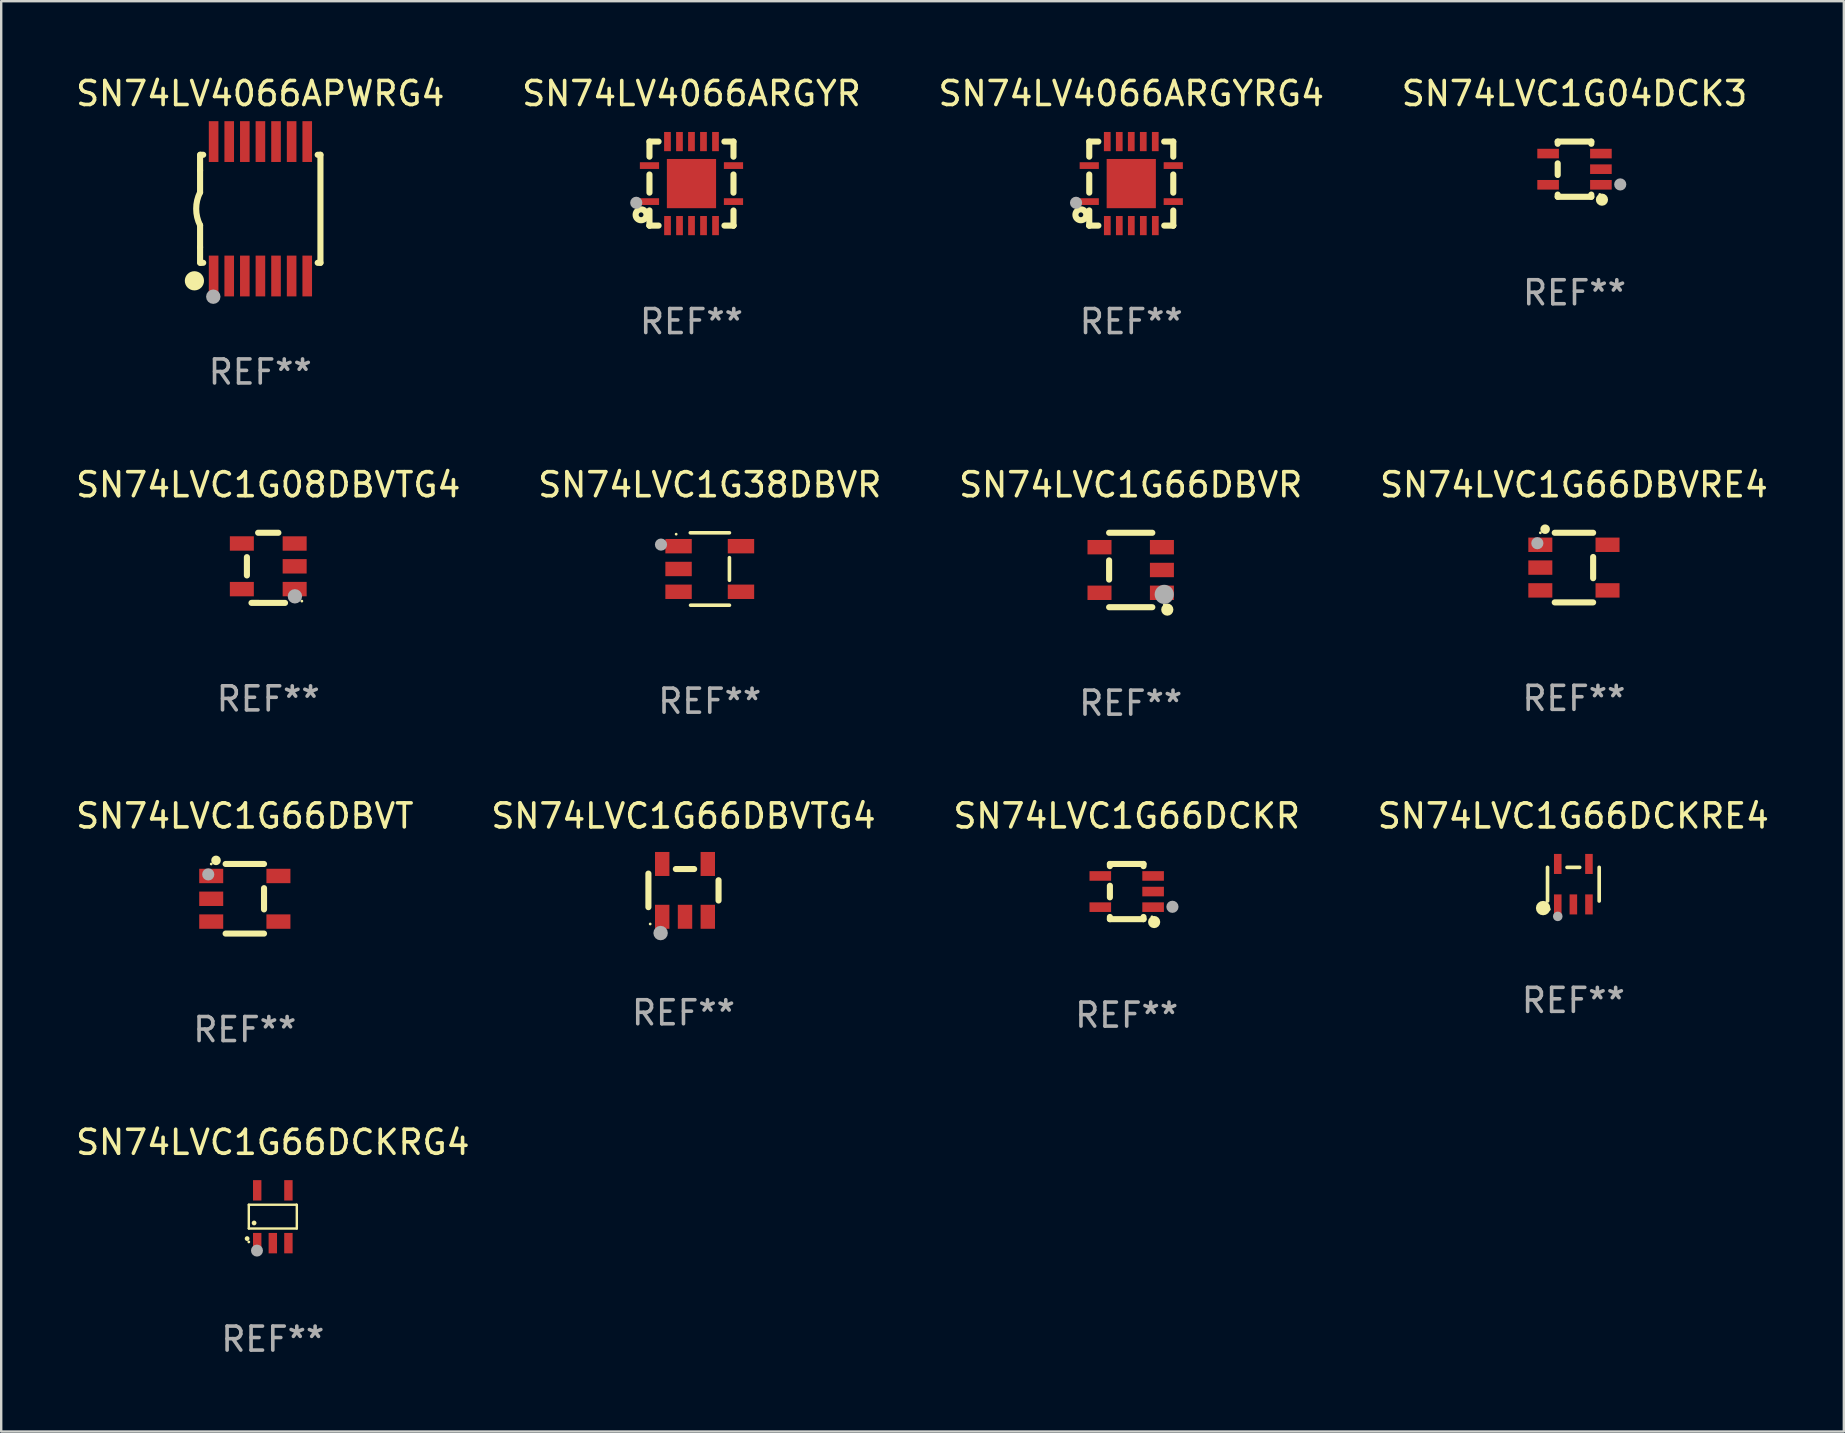
<source format=kicad_pcb>
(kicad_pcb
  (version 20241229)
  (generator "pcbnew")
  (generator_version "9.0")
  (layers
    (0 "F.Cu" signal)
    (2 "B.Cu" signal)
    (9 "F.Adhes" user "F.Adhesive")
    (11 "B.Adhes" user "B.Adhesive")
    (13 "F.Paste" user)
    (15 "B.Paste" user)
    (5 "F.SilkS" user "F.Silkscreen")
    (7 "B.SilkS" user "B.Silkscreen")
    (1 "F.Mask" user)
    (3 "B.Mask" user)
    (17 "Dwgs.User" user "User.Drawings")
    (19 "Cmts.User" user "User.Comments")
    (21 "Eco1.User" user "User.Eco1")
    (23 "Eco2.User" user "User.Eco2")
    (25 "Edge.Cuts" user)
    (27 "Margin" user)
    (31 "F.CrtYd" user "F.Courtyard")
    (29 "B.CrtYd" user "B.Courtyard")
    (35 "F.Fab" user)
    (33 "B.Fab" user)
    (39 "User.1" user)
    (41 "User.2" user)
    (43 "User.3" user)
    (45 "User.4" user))
  (footprint "SN74LVC1G66DCKRE4"
    (layer "F.Cu")
    (at 62.494 33.784)
    (property "Reference" "SN74LVC1G66DCKRE4" (at 0 -2.843 0) (layer "F.SilkS") (effects (font (size 1 1) (thickness 0.15))))
    (attr through_hole)
    (fp_line (start -1.076 0.701) (end -1.076 -0.701) (stroke (width 0.152) (type solid)) (layer "F.SilkS"))
    (fp_line (start 0.264 -0.701) (end -0.264 -0.701) (stroke (width 0.152) (type solid)) (layer "F.SilkS"))
    (fp_line (start 1.076 0.701) (end 1.076 -0.701) (stroke (width 0.152) (type solid)) (layer "F.SilkS"))
    (fp_circle (center -1.26 0.995) (end -1.11 0.995) (stroke (width 0.3) (type solid)) (fill no) (layer "F.SilkS"))
    (fp_circle (center -1 1.05) (end -0.97 1.05) (stroke (width 0.06) (type solid)) (fill no) (layer "F.SilkS"))
    (fp_circle (center -0.65 1.341) (end -0.55 1.341) (stroke (width 0.2) (type solid)) (fill no) (layer "F.Fab"))
    (fp_text user "REF**" (at 0 4.843 0) (layer "F.Fab") (effects (font (size 1 1) (thickness 0.15))))
    (pad "1" smd rect (at -0.65 0.843) (size 0.315 0.835) (layers "F.Cu" "F.Mask" "F.Paste"))
    (pad "2" smd rect (at 0.00014 0.843) (size 0.315 0.835) (layers "F.Cu" "F.Mask" "F.Paste"))
    (pad "3" smd rect (at 0.65 0.843) (size 0.315 0.835) (layers "F.Cu" "F.Mask" "F.Paste"))
    (pad "4" smd rect (at 0.65 -0.843) (size 0.315 0.835) (layers "F.Cu" "F.Mask" "F.Paste"))
    (pad "5" smd rect (at -0.65 -0.843) (size 0.315 0.835) (layers "F.Cu" "F.Mask" "F.Paste")))
  (footprint "SN74LVC1G38DBVR"
    (layer "F.Cu")
    (at 26.518 20.654)
    (property "Reference" "SN74LVC1G38DBVR" (at 0 -3.509 0) (layer "F.SilkS") (effects (font (size 1 1) (thickness 0.15))))
    (attr through_hole)
    (fp_line (start -0.811 -1.509) (end 0.819 -1.509) (stroke (width 0.15) (type solid)) (layer "F.SilkS"))
    (fp_line (start -0.8 1.509) (end 0.82 1.509) (stroke (width 0.15) (type solid)) (layer "F.SilkS"))
    (fp_line (start 0.819 -0.472) (end 0.819 0.47) (stroke (width 0.15) (type solid)) (layer "F.SilkS"))
    (fp_circle (center -1.4 -1.451) (end -1.37 -1.451) (stroke (width 0.06) (type solid)) (fill no) (layer "F.SilkS"))
    (fp_circle (center -2.032 -1.017) (end -1.905 -1.017) (stroke (width 0.254) (type solid)) (fill no) (layer "F.Fab"))
    (fp_text user "REF**" (at 0 5.509 0) (layer "F.Fab") (effects (font (size 1 1) (thickness 0.15))))
    (pad "1" smd rect (at -1.3 -0.951) (size 1.1 0.6) (layers "F.Cu" "F.Mask" "F.Paste"))
    (pad "2" smd rect (at -1.3 -0.001) (size 1.1 0.6) (layers "F.Cu" "F.Mask" "F.Paste"))
    (pad "3" smd rect (at -1.3 0.949) (size 1.1 0.6) (layers "F.Cu" "F.Mask" "F.Paste"))
    (pad "4" smd rect (at 1.3 0.949) (size 1.1 0.6) (layers "F.Cu" "F.Mask" "F.Paste"))
    (pad "5" smd rect (at 1.3 -0.951) (size 1.1 0.6) (layers "F.Cu" "F.Mask" "F.Paste")))
  (footprint "SN74LVC1G66DCKR"
    (layer "F.Cu")
    (at 43.887 34.091)
    (property "Reference" "SN74LVC1G66DCKR" (at 0 -3.15 0) (layer "F.SilkS") (effects (font (size 1 1) (thickness 0.15))))
    (attr through_hole)
    (fp_line (start -0.7 -1.15) (end 0.7 -1.15) (stroke (width 0.254) (type solid)) (layer "F.SilkS"))
    (fp_line (start -0.7 -1.058) (end -0.7 -1.15) (stroke (width 0.254) (type solid)) (layer "F.SilkS"))
    (fp_line (start -0.7 0.242) (end -0.7 -0.242) (stroke (width 0.254) (type solid)) (layer "F.SilkS"))
    (fp_line (start -0.7 1.15) (end -0.7 1.058) (stroke (width 0.254) (type solid)) (layer "F.SilkS"))
    (fp_line (start -0.7 1.15) (end 0.7 1.15) (stroke (width 0.254) (type solid)) (layer "F.SilkS"))
    (fp_line (start 0.7 -1.058) (end 0.7 -1.15) (stroke (width 0.254) (type solid)) (layer "F.SilkS"))
    (fp_line (start 0.7 1.15) (end 0.7 1.058) (stroke (width 0.254) (type solid)) (layer "F.SilkS"))
    (fp_circle (center 1.053 1.052) (end 1.083 1.052) (stroke (width 0.06) (type solid)) (fill no) (layer "F.SilkS"))
    (fp_circle (center 1.143 1.27) (end 1.27 1.27) (stroke (width 0.254) (type solid)) (fill no) (layer "F.SilkS"))
    (fp_circle (center 1.905 0.635) (end 2.032 0.635) (stroke (width 0.254) (type solid)) (fill no) (layer "F.Fab"))
    (fp_text user "REF**" (at 0 5.15 0) (layer "F.Fab") (effects (font (size 1 1) (thickness 0.15))))
    (pad "1" smd rect (at 1.1 0.65 90) (size 0.4 0.9) (layers "F.Cu" "F.Mask" "F.Paste"))
    (pad "2" smd rect (at 1.1 0.000076 90) (size 0.4 0.9) (layers "F.Cu" "F.Mask" "F.Paste"))
    (pad "3" smd rect (at 1.1 -0.65 90) (size 0.4 0.9) (layers "F.Cu" "F.Mask" "F.Paste"))
    (pad "4" smd rect (at -1.1 -0.65 90) (size 0.4 0.9) (layers "F.Cu" "F.Mask" "F.Paste"))
    (pad "5" smd rect (at -1.1 0.65 90) (size 0.4 0.9) (layers "F.Cu" "F.Mask" "F.Paste")))
  (footprint "SN74LVC1G66DCKRG4"
    (layer "F.Cu")
    (at 8.315 47.638)
    (property "Reference" "SN74LVC1G66DCKRG4" (at 0 -3.1 0) (layer "F.SilkS") (effects (font (size 1 1) (thickness 0.15))))
    (attr through_hole)
    (fp_line (start -1 -0.5) (end -1 0.49) (stroke (width 0.1) (type solid)) (layer "F.SilkS"))
    (fp_line (start -1 0.49) (end 1 0.49) (stroke (width 0.1) (type solid)) (layer "F.SilkS"))
    (fp_line (start 0.99 -0.5) (end -1 -0.5) (stroke (width 0.1) (type solid)) (layer "F.SilkS"))
    (fp_line (start 1 -0.49) (end 0.99 -0.5) (stroke (width 0.1) (type solid)) (layer "F.SilkS"))
    (fp_line (start 1 0.49) (end 1 -0.49) (stroke (width 0.1) (type solid)) (layer "F.SilkS"))
    (fp_circle (center -1.07 0.91) (end -1.02 0.91) (stroke (width 0.1) (type solid)) (fill no) (layer "F.SilkS"))
    (fp_circle (center -1 1.05) (end -0.97 1.05) (stroke (width 0.06) (type solid)) (fill no) (layer "F.SilkS"))
    (fp_circle (center -0.78 0.26) (end -0.73 0.26) (stroke (width 0.1) (type solid)) (fill no) (layer "F.SilkS"))
    (fp_circle (center -0.66 1.41) (end -0.535 1.41) (stroke (width 0.25) (type solid)) (fill no) (layer "F.Fab"))
    (fp_text user "REF**" (at 0 5.1 0) (layer "F.Fab") (effects (font (size 1 1) (thickness 0.15))))
    (pad "1" smd rect (at -0.65 1.1) (size 0.35 0.85) (layers "F.Cu" "F.Mask" "F.Paste"))
    (pad "2" smd rect (at 0.000051 1.1) (size 0.35 0.85) (layers "F.Cu" "F.Mask" "F.Paste"))
    (pad "3" smd rect (at 0.65 1.1) (size 0.35 0.85) (layers "F.Cu" "F.Mask" "F.Paste"))
    (pad "4" smd rect (at 0.65 -1.1) (size 0.35 0.85) (layers "F.Cu" "F.Mask" "F.Paste"))
    (pad "5" smd rect (at -0.65 -1.1) (size 0.35 0.85) (layers "F.Cu" "F.Mask" "F.Paste")))
  (footprint "SN74LVC1G66DBVT"
    (layer "F.Cu")
    (at 7.149 34.392)
    (property "Reference" "SN74LVC1G66DBVT" (at 0 -3.45 0) (layer "F.SilkS") (effects (font (size 1 1) (thickness 0.15))))
    (attr through_hole)
    (fp_line (start 0.8 -1.45) (end -0.8 -1.45) (stroke (width 0.254) (type solid)) (layer "F.SilkS"))
    (fp_line (start 0.8 -0.442) (end 0.8 0.442) (stroke (width 0.254) (type solid)) (layer "F.SilkS"))
    (fp_line (start 0.8 1.45) (end -0.8 1.45) (stroke (width 0.254) (type solid)) (layer "F.SilkS"))
    (fp_circle (center -1.4 -1.45) (end -1.37 -1.45) (stroke (width 0.06) (type solid)) (fill no) (layer "F.SilkS"))
    (fp_circle (center -1.2 -1.6) (end -1.1 -1.6) (stroke (width 0.2) (type solid)) (fill no) (layer "F.SilkS"))
    (fp_circle (center -1.524 -1.016) (end -1.397 -1.016) (stroke (width 0.254) (type solid)) (fill no) (layer "F.Fab"))
    (fp_text user "REF**" (at 0 5.45 0) (layer "F.Fab") (effects (font (size 1 1) (thickness 0.15))))
    (pad "1" smd rect (at -1.4 -0.95 180) (size 1 0.6) (layers "F.Cu" "F.Mask" "F.Paste"))
    (pad "2" smd rect (at -1.4 0.000114 180) (size 1 0.6) (layers "F.Cu" "F.Mask" "F.Paste"))
    (pad "3" smd rect (at -1.4 0.95 180) (size 1 0.6) (layers "F.Cu" "F.Mask" "F.Paste"))
    (pad "4" smd rect (at 1.4 0.95) (size 1 0.6) (layers "F.Cu" "F.Mask" "F.Paste"))
    (pad "5" smd rect (at 1.4 -0.95) (size 1 0.6) (layers "F.Cu" "F.Mask" "F.Paste")))
  (footprint "SN74LVC1G66DBVR"
    (layer "F.Cu")
    (at 44.054 20.695)
    (property "Reference" "SN74LVC1G66DBVR" (at 0 -3.55 0) (layer "F.SilkS") (effects (font (size 1 1) (thickness 0.15))))
    (attr through_hole)
    (fp_line (start -0.9 -1.55) (end 0.9 -1.55) (stroke (width 0.254) (type solid)) (layer "F.SilkS"))
    (fp_line (start -0.9 0.4) (end -0.9 -0.4) (stroke (width 0.254) (type solid)) (layer "F.SilkS"))
    (fp_line (start -0.9 1.55) (end 0.9 1.55) (stroke (width 0.254) (type solid)) (layer "F.SilkS"))
    (fp_circle (center 1.4 1.45) (end 1.43 1.45) (stroke (width 0.06) (type solid)) (fill no) (layer "F.SilkS"))
    (fp_circle (center 1.524 1.651) (end 1.651 1.651) (stroke (width 0.254) (type solid)) (fill no) (layer "F.SilkS"))
    (fp_circle (center 1.397 1.016) (end 1.597 1.016) (stroke (width 0.4) (type solid)) (fill no) (layer "F.Fab"))
    (fp_text user "REF**" (at 0 5.55 0) (layer "F.Fab") (effects (font (size 1 1) (thickness 0.15))))
    (pad "1" smd rect (at 1.3 0.95) (size 1 0.6) (layers "F.Cu" "F.Mask" "F.Paste"))
    (pad "2" smd rect (at 1.3 -0.000051) (size 1 0.6) (layers "F.Cu" "F.Mask" "F.Paste"))
    (pad "3" smd rect (at 1.3 -0.95) (size 1 0.6) (layers "F.Cu" "F.Mask" "F.Paste"))
    (pad "4" smd rect (at -1.3 -0.95) (size 1 0.6) (layers "F.Cu" "F.Mask" "F.Paste"))
    (pad "5" smd rect (at -1.3 0.95) (size 1 0.6) (layers "F.Cu" "F.Mask" "F.Paste")))
  (footprint "SN74LV4066ARGYRG4"
    (layer "F.Cu")
    (at 44.077 4.598)
    (property "Reference" "SN74LV4066ARGYRG4" (at 0 -3.75 0) (layer "F.SilkS") (effects (font (size 1 1) (thickness 0.15))))
    (attr through_hole)
    (fp_line (start -1.75 1.75) (end -1.37 1.75) (stroke (width 0.254) (type solid)) (layer "F.SilkS"))
    (fp_line (start -1.75 -1.75) (end -1.75 -1.121) (stroke (width 0.254) (type solid)) (layer "F.SilkS"))
    (fp_line (start -1.75 -0.379) (end -1.75 0.377) (stroke (width 0.254) (type solid)) (layer "F.SilkS"))
    (fp_line (start -1.75 1.119) (end -1.75 1.75) (stroke (width 0.254) (type solid)) (layer "F.SilkS"))
    (fp_line (start -1.75 1.75) (end -1.75 1.75) (stroke (width 0.254) (type solid)) (layer "F.SilkS"))
    (fp_line (start -1.371 -1.75) (end -1.75 -1.75) (stroke (width 0.254) (type solid)) (layer "F.SilkS"))
    (fp_line (start 1.373 1.75) (end 1.75 1.75) (stroke (width 0.254) (type solid)) (layer "F.SilkS"))
    (fp_line (start 1.75 1.75) (end 1.75 1.75) (stroke (width 0.254) (type solid)) (layer "F.SilkS"))
    (fp_line (start 1.75 -1.75) (end 1.371 -1.75) (stroke (width 0.254) (type solid)) (layer "F.SilkS"))
    (fp_line (start 1.75 -1.121) (end 1.75 -1.75) (stroke (width 0.254) (type solid)) (layer "F.SilkS"))
    (fp_line (start 1.75 0.379) (end 1.75 -0.379) (stroke (width 0.254) (type solid)) (layer "F.SilkS"))
    (fp_line (start 1.75 1.75) (end 1.75 1.121) (stroke (width 0.254) (type solid)) (layer "F.SilkS"))
    (fp_circle (center -2.1 1.3) (end -2 1.3) (stroke (width 0.254) (type solid)) (fill no) (layer "F.SilkS"))
    (fp_circle (center -1.747 1.751) (end -1.717 1.751) (stroke (width 0.06) (type solid)) (fill no) (layer "F.SilkS"))
    (fp_circle (center -2.3 0.8) (end -2.173 0.8) (stroke (width 0.254) (type solid)) (fill no) (layer "F.Fab"))
    (fp_text user "REF**" (at 0 5.75 0) (layer "F.Fab") (effects (font (size 1 1) (thickness 0.15))))
    (pad "1" smd rect (at -1.75 0.75 270) (size 0.28 0.8) (layers "F.Cu" "F.Mask" "F.Paste"))
    (pad "2" smd rect (at -0.998 1.75 180) (size 0.28 0.8) (layers "F.Cu" "F.Mask" "F.Paste"))
    (pad "3" smd rect (at -0.498 1.75 180) (size 0.28 0.8) (layers "F.Cu" "F.Mask" "F.Paste"))
    (pad "4" smd rect (at 0.002 1.75 180) (size 0.28 0.8) (layers "F.Cu" "F.Mask" "F.Paste"))
    (pad "5" smd rect (at 0.502 1.75 180) (size 0.28 0.8) (layers "F.Cu" "F.Mask" "F.Paste"))
    (pad "6" smd rect (at 1.002 1.75 180) (size 0.28 0.8) (layers "F.Cu" "F.Mask" "F.Paste"))
    (pad "7" smd rect (at 1.75 0.75 270) (size 0.28 0.8) (layers "F.Cu" "F.Mask" "F.Paste"))
    (pad "8" smd rect (at 1.75 -0.75 270) (size 0.28 0.8) (layers "F.Cu" "F.Mask" "F.Paste"))
    (pad "9" smd rect (at 1 -1.75) (size 0.28 0.8) (layers "F.Cu" "F.Mask" "F.Paste"))
    (pad "10" smd rect (at 0.5 -1.75) (size 0.28 0.8) (layers "F.Cu" "F.Mask" "F.Paste"))
    (pad "11" smd rect (at 0 -1.75) (size 0.28 0.8) (layers "F.Cu" "F.Mask" "F.Paste"))
    (pad "12" smd rect (at -0.5 -1.75) (size 0.28 0.8) (layers "F.Cu" "F.Mask" "F.Paste"))
    (pad "13" smd rect (at -1 -1.75) (size 0.28 0.8) (layers "F.Cu" "F.Mask" "F.Paste"))
    (pad "14" smd rect (at -1.75 -0.75 90) (size 0.28 0.8) (layers "F.Cu" "F.Mask" "F.Paste"))
    (pad "15" smd rect (at 0 0 180) (size 2.05 2.05) (layers "F.Cu" "F.Mask" "F.Paste")))
  (footprint "SN74LVC1G66DBVRE4"
    (layer "F.Cu")
    (at 62.518 20.595)
    (property "Reference" "SN74LVC1G66DBVRE4" (at 0 -3.45 0) (layer "F.SilkS") (effects (font (size 1 1) (thickness 0.15))))
    (attr through_hole)
    (fp_line (start 0.8 -1.45) (end -0.8 -1.45) (stroke (width 0.254) (type solid)) (layer "F.SilkS"))
    (fp_line (start 0.8 -0.442) (end 0.8 0.442) (stroke (width 0.254) (type solid)) (layer "F.SilkS"))
    (fp_line (start 0.8 1.45) (end -0.8 1.45) (stroke (width 0.254) (type solid)) (layer "F.SilkS"))
    (fp_circle (center -1.4 -1.45) (end -1.37 -1.45) (stroke (width 0.06) (type solid)) (fill no) (layer "F.SilkS"))
    (fp_circle (center -1.2 -1.6) (end -1.1 -1.6) (stroke (width 0.2) (type solid)) (fill no) (layer "F.SilkS"))
    (fp_circle (center -1.524 -1.016) (end -1.397 -1.016) (stroke (width 0.254) (type solid)) (fill no) (layer "F.Fab"))
    (fp_text user "REF**" (at 0 5.45 0) (layer "F.Fab") (effects (font (size 1 1) (thickness 0.15))))
    (pad "1" smd rect (at -1.4 -0.95 180) (size 1 0.6) (layers "F.Cu" "F.Mask" "F.Paste"))
    (pad "2" smd rect (at -1.4 0.000114 180) (size 1 0.6) (layers "F.Cu" "F.Mask" "F.Paste"))
    (pad "3" smd rect (at -1.4 0.95 180) (size 1 0.6) (layers "F.Cu" "F.Mask" "F.Paste"))
    (pad "4" smd rect (at 1.4 0.95) (size 1 0.6) (layers "F.Cu" "F.Mask" "F.Paste"))
    (pad "5" smd rect (at 1.4 -0.95) (size 1 0.6) (layers "F.Cu" "F.Mask" "F.Paste")))
  (footprint "SN74LV4066APWRG4"
    (layer "F.Cu")
    (at 7.792 5.648)
    (property "Reference" "SN74LV4066APWRG4" (at 0 -4.8 0) (layer "F.SilkS") (effects (font (size 1 1) (thickness 0.15))))
    (attr through_hole)
    (fp_line (start -2.507 -1.6) (end -2.507 -2.25) (stroke (width 0.254) (type solid)) (layer "F.SilkS"))
    (fp_line (start -2.507 -0.686) (end -2.507 -1.6) (stroke (width 0.254) (type solid)) (layer "F.SilkS"))
    (fp_line (start -2.507 1.6) (end -2.507 0.686) (stroke (width 0.254) (type solid)) (layer "F.SilkS"))
    (fp_line (start -2.507 1.6) (end -2.507 2.25) (stroke (width 0.254) (type solid)) (layer "F.SilkS"))
    (fp_line (start -2.493 -2.25) (end -2.377 -2.25) (stroke (width 0.254) (type solid)) (layer "F.SilkS"))
    (fp_line (start -2.377 2.25) (end -2.493 2.25) (stroke (width 0.254) (type solid)) (layer "F.SilkS"))
    (fp_line (start 2.392 -2.25) (end 2.507 -2.25) (stroke (width 0.254) (type solid)) (layer "F.SilkS"))
    (fp_line (start 2.507 -2.25) (end 2.507 2.25) (stroke (width 0.254) (type solid)) (layer "F.SilkS"))
    (fp_line (start 2.507 2.25) (end 2.392 2.25) (stroke (width 0.254) (type solid)) (layer "F.SilkS"))
    (fp_arc (start -2.507303 0.685802) (mid -2.669199 0) (end -2.507303 -0.685801) (stroke (width 0.254001) (type solid)) (layer "F.SilkS"))
    (fp_circle (center -2.743 3) (end -2.543 3) (stroke (width 0.4) (type solid)) (fill no) (layer "F.SilkS"))
    (fp_circle (center -2.493 3.2) (end -2.463 3.2) (stroke (width 0.06) (type solid)) (fill no) (layer "F.SilkS"))
    (fp_circle (center -1.957 3.662) (end -1.807 3.662) (stroke (width 0.3) (type solid)) (fill no) (layer "F.Fab"))
    (fp_text user "REF**" (at 0 6.8 0) (layer "F.Fab") (effects (font (size 1 1) (thickness 0.15))))
    (pad "1" smd rect (at -1.943 2.8) (size 0.4 1.7) (layers "F.Cu" "F.Mask" "F.Paste"))
    (pad "2" smd rect (at -1.293 2.8) (size 0.4 1.7) (layers "F.Cu" "F.Mask" "F.Paste"))
    (pad "3" smd rect (at -0.643 2.8) (size 0.4 1.7) (layers "F.Cu" "F.Mask" "F.Paste"))
    (pad "4" smd rect (at 0.007 2.8) (size 0.4 1.7) (layers "F.Cu" "F.Mask" "F.Paste"))
    (pad "5" smd rect (at 0.657 2.8) (size 0.4 1.7) (layers "F.Cu" "F.Mask" "F.Paste"))
    (pad "6" smd rect (at 1.307 2.8) (size 0.4 1.7) (layers "F.Cu" "F.Mask" "F.Paste"))
    (pad "7" smd rect (at 1.957 2.8) (size 0.4 1.7) (layers "F.Cu" "F.Mask" "F.Paste"))
    (pad "8" smd rect (at 1.957 -2.8) (size 0.4 1.7) (layers "F.Cu" "F.Mask" "F.Paste"))
    (pad "9" smd rect (at 1.307 -2.8) (size 0.4 1.7) (layers "F.Cu" "F.Mask" "F.Paste"))
    (pad "10" smd rect (at 0.657 -2.8) (size 0.4 1.7) (layers "F.Cu" "F.Mask" "F.Paste"))
    (pad "11" smd rect (at 0.007 -2.8) (size 0.4 1.7) (layers "F.Cu" "F.Mask" "F.Paste"))
    (pad "12" smd rect (at -0.643 -2.8) (size 0.4 1.7) (layers "F.Cu" "F.Mask" "F.Paste"))
    (pad "13" smd rect (at -1.293 -2.8) (size 0.4 1.7) (layers "F.Cu" "F.Mask" "F.Paste"))
    (pad "14" smd rect (at -1.943 -2.8) (size 0.4 1.7) (layers "F.Cu" "F.Mask" "F.Paste")))
  (footprint "SN74LVC1G04DCK3"
    (layer "F.Cu")
    (at 62.542 3.998)
    (property "Reference" "SN74LVC1G04DCK3" (at 0 -3.15 0) (layer "F.SilkS") (effects (font (size 1 1) (thickness 0.15))))
    (attr through_hole)
    (fp_line (start -0.7 -1.15) (end 0.7 -1.15) (stroke (width 0.254) (type solid)) (layer "F.SilkS"))
    (fp_line (start -0.7 -1.058) (end -0.7 -1.15) (stroke (width 0.254) (type solid)) (layer "F.SilkS"))
    (fp_line (start -0.7 0.242) (end -0.7 -0.242) (stroke (width 0.254) (type solid)) (layer "F.SilkS"))
    (fp_line (start -0.7 1.15) (end -0.7 1.058) (stroke (width 0.254) (type solid)) (layer "F.SilkS"))
    (fp_line (start -0.7 1.15) (end 0.7 1.15) (stroke (width 0.254) (type solid)) (layer "F.SilkS"))
    (fp_line (start 0.7 -1.058) (end 0.7 -1.15) (stroke (width 0.254) (type solid)) (layer "F.SilkS"))
    (fp_line (start 0.7 1.15) (end 0.7 1.058) (stroke (width 0.254) (type solid)) (layer "F.SilkS"))
    (fp_circle (center 1.053 1.052) (end 1.083 1.052) (stroke (width 0.06) (type solid)) (fill no) (layer "F.SilkS"))
    (fp_circle (center 1.143 1.27) (end 1.27 1.27) (stroke (width 0.254) (type solid)) (fill no) (layer "F.SilkS"))
    (fp_circle (center 1.905 0.635) (end 2.032 0.635) (stroke (width 0.254) (type solid)) (fill no) (layer "F.Fab"))
    (fp_text user "REF**" (at 0 5.15 0) (layer "F.Fab") (effects (font (size 1 1) (thickness 0.15))))
    (pad "1" smd rect (at 1.1 0.65 90) (size 0.4 0.9) (layers "F.Cu" "F.Mask" "F.Paste"))
    (pad "2" smd rect (at 1.1 0.000025 90) (size 0.4 0.9) (layers "F.Cu" "F.Mask" "F.Paste"))
    (pad "3" smd rect (at 1.1 -0.65 90) (size 0.4 0.9) (layers "F.Cu" "F.Mask" "F.Paste"))
    (pad "4" smd rect (at -1.1 -0.65 90) (size 0.4 0.9) (layers "F.Cu" "F.Mask" "F.Paste"))
    (pad "5" smd rect (at -1.1 0.65 90) (size 0.4 0.9) (layers "F.Cu" "F.Mask" "F.Paste")))
  (footprint "SN74LV4066ARGYR"
    (layer "F.Cu")
    (at 25.756 4.598)
    (property "Reference" "SN74LV4066ARGYR" (at 0 -3.75 0) (layer "F.SilkS") (effects (font (size 1 1) (thickness 0.15))))
    (attr through_hole)
    (fp_line (start -1.75 1.75) (end -1.37 1.75) (stroke (width 0.254) (type solid)) (layer "F.SilkS"))
    (fp_line (start -1.75 -1.75) (end -1.75 -1.121) (stroke (width 0.254) (type solid)) (layer "F.SilkS"))
    (fp_line (start -1.75 -0.379) (end -1.75 0.377) (stroke (width 0.254) (type solid)) (layer "F.SilkS"))
    (fp_line (start -1.75 1.119) (end -1.75 1.75) (stroke (width 0.254) (type solid)) (layer "F.SilkS"))
    (fp_line (start -1.75 1.75) (end -1.75 1.75) (stroke (width 0.254) (type solid)) (layer "F.SilkS"))
    (fp_line (start -1.371 -1.75) (end -1.75 -1.75) (stroke (width 0.254) (type solid)) (layer "F.SilkS"))
    (fp_line (start 1.373 1.75) (end 1.75 1.75) (stroke (width 0.254) (type solid)) (layer "F.SilkS"))
    (fp_line (start 1.75 1.75) (end 1.75 1.75) (stroke (width 0.254) (type solid)) (layer "F.SilkS"))
    (fp_line (start 1.75 -1.75) (end 1.371 -1.75) (stroke (width 0.254) (type solid)) (layer "F.SilkS"))
    (fp_line (start 1.75 -1.121) (end 1.75 -1.75) (stroke (width 0.254) (type solid)) (layer "F.SilkS"))
    (fp_line (start 1.75 0.379) (end 1.75 -0.379) (stroke (width 0.254) (type solid)) (layer "F.SilkS"))
    (fp_line (start 1.75 1.75) (end 1.75 1.121) (stroke (width 0.254) (type solid)) (layer "F.SilkS"))
    (fp_circle (center -2.1 1.3) (end -2 1.3) (stroke (width 0.254) (type solid)) (fill no) (layer "F.SilkS"))
    (fp_circle (center -1.747 1.751) (end -1.717 1.751) (stroke (width 0.06) (type solid)) (fill no) (layer "F.SilkS"))
    (fp_circle (center -2.3 0.8) (end -2.173 0.8) (stroke (width 0.254) (type solid)) (fill no) (layer "F.Fab"))
    (fp_text user "REF**" (at 0 5.75 0) (layer "F.Fab") (effects (font (size 1 1) (thickness 0.15))))
    (pad "1" smd rect (at -1.75 0.75 270) (size 0.28 0.8) (layers "F.Cu" "F.Mask" "F.Paste"))
    (pad "2" smd rect (at -0.998 1.75 180) (size 0.28 0.8) (layers "F.Cu" "F.Mask" "F.Paste"))
    (pad "3" smd rect (at -0.498 1.75 180) (size 0.28 0.8) (layers "F.Cu" "F.Mask" "F.Paste"))
    (pad "4" smd rect (at 0.002 1.75 180) (size 0.28 0.8) (layers "F.Cu" "F.Mask" "F.Paste"))
    (pad "5" smd rect (at 0.502 1.75 180) (size 0.28 0.8) (layers "F.Cu" "F.Mask" "F.Paste"))
    (pad "6" smd rect (at 1.002 1.75 180) (size 0.28 0.8) (layers "F.Cu" "F.Mask" "F.Paste"))
    (pad "7" smd rect (at 1.75 0.75 270) (size 0.28 0.8) (layers "F.Cu" "F.Mask" "F.Paste"))
    (pad "8" smd rect (at 1.75 -0.75 270) (size 0.28 0.8) (layers "F.Cu" "F.Mask" "F.Paste"))
    (pad "9" smd rect (at 1 -1.75) (size 0.28 0.8) (layers "F.Cu" "F.Mask" "F.Paste"))
    (pad "10" smd rect (at 0.5 -1.75) (size 0.28 0.8) (layers "F.Cu" "F.Mask" "F.Paste"))
    (pad "11" smd rect (at 0 -1.75) (size 0.28 0.8) (layers "F.Cu" "F.Mask" "F.Paste"))
    (pad "12" smd rect (at -0.5 -1.75) (size 0.28 0.8) (layers "F.Cu" "F.Mask" "F.Paste"))
    (pad "13" smd rect (at -1 -1.75) (size 0.28 0.8) (layers "F.Cu" "F.Mask" "F.Paste"))
    (pad "14" smd rect (at -1.75 -0.75 90) (size 0.28 0.8) (layers "F.Cu" "F.Mask" "F.Paste"))
    (pad "15" smd rect (at 0 0 180) (size 2.05 2.05) (layers "F.Cu" "F.Mask" "F.Paste")))
  (footprint "SN74LVC1G66DBVTG4"
    (layer "F.Cu")
    (at 25.423 34.042)
    (property "Reference" "SN74LVC1G66DBVTG4" (at 0 -3.1 0) (layer "F.SilkS") (effects (font (size 1 1) (thickness 0.15))))
    (attr through_hole)
    (fp_line (start -1.461 -0.699) (end -1.461 0.699) (stroke (width 0.254) (type solid)) (layer "F.SilkS"))
    (fp_line (start -0.318 -0.889) (end 0.445 -0.889) (stroke (width 0.254) (type solid)) (layer "F.SilkS"))
    (fp_line (start 1.461 -0.422) (end 1.461 0.422) (stroke (width 0.254) (type solid)) (layer "F.SilkS"))
    (fp_circle (center -1.387 1.4) (end -1.357 1.4) (stroke (width 0.06) (type solid)) (fill no) (layer "F.SilkS"))
    (fp_circle (center -0.953 1.778) (end -0.802 1.778) (stroke (width 0.3) (type solid)) (fill no) (layer "F.Fab"))
    (fp_text user "REF**" (at 0 5.1 0) (layer "F.Fab") (effects (font (size 1 1) (thickness 0.15))))
    (pad "1" smd rect (at -0.886 1.1) (size 0.6 1) (layers "F.Cu" "F.Mask" "F.Paste"))
    (pad "2" smd rect (at 0.064 1.1) (size 0.6 1) (layers "F.Cu" "F.Mask" "F.Paste"))
    (pad "3" smd rect (at 1.013 1.1) (size 0.6 1) (layers "F.Cu" "F.Mask" "F.Paste"))
    (pad "4" smd rect (at 1.013 -1.1) (size 0.6 1) (layers "F.Cu" "F.Mask" "F.Paste"))
    (pad "5" smd rect (at -0.886 -1.1) (size 0.6 1) (layers "F.Cu" "F.Mask" "F.Paste")))
  (footprint "SN74LVC1G08DBVTG4"
    (layer "F.Cu")
    (at 8.125 20.605)
    (property "Reference" "SN74LVC1G08DBVTG4" (at 0 -3.461 0) (layer "F.SilkS") (effects (font (size 1 1) (thickness 0.15))))
    (attr through_hole)
    (fp_line (start -0.889 0.317) (end -0.889 -0.445) (stroke (width 0.254) (type solid)) (layer "F.SilkS"))
    (fp_line (start -0.698 1.46) (end 0.699 1.461) (stroke (width 0.254) (type solid)) (layer "F.SilkS"))
    (fp_line (start -0.422 -1.461) (end 0.422 -1.461) (stroke (width 0.254) (type solid)) (layer "F.SilkS"))
    (fp_circle (center 1.4 1.387) (end 1.43 1.387) (stroke (width 0.06) (type solid)) (fill no) (layer "F.SilkS"))
    (fp_circle (center 1.11 1.187) (end 1.26 1.187) (stroke (width 0.3) (type solid)) (fill no) (layer "F.Fab"))
    (fp_text user "REF**" (at 0 5.461 0) (layer "F.Fab") (effects (font (size 1 1) (thickness 0.15))))
    (pad "1" smd rect (at 1.1 0.886 90) (size 0.6 1) (layers "F.Cu" "F.Mask" "F.Paste"))
    (pad "2" smd rect (at 1.1 -0.063 90) (size 0.6 1) (layers "F.Cu" "F.Mask" "F.Paste"))
    (pad "3" smd rect (at 1.1 -1.013 90) (size 0.6 1) (layers "F.Cu" "F.Mask" "F.Paste"))
    (pad "4" smd rect (at -1.1 -1.014 90) (size 0.6 1) (layers "F.Cu" "F.Mask" "F.Paste"))
    (pad "5" smd rect (at -1.1 0.887 90) (size 0.6 1) (layers "F.Cu" "F.Mask" "F.Paste")))
  (gr_rect
    (start -3 -3)
    (end 73.762 56.586)
    (stroke (width 0.1) (type default))
    (fill no)
    (layer "Edge.Cuts")))
</source>
